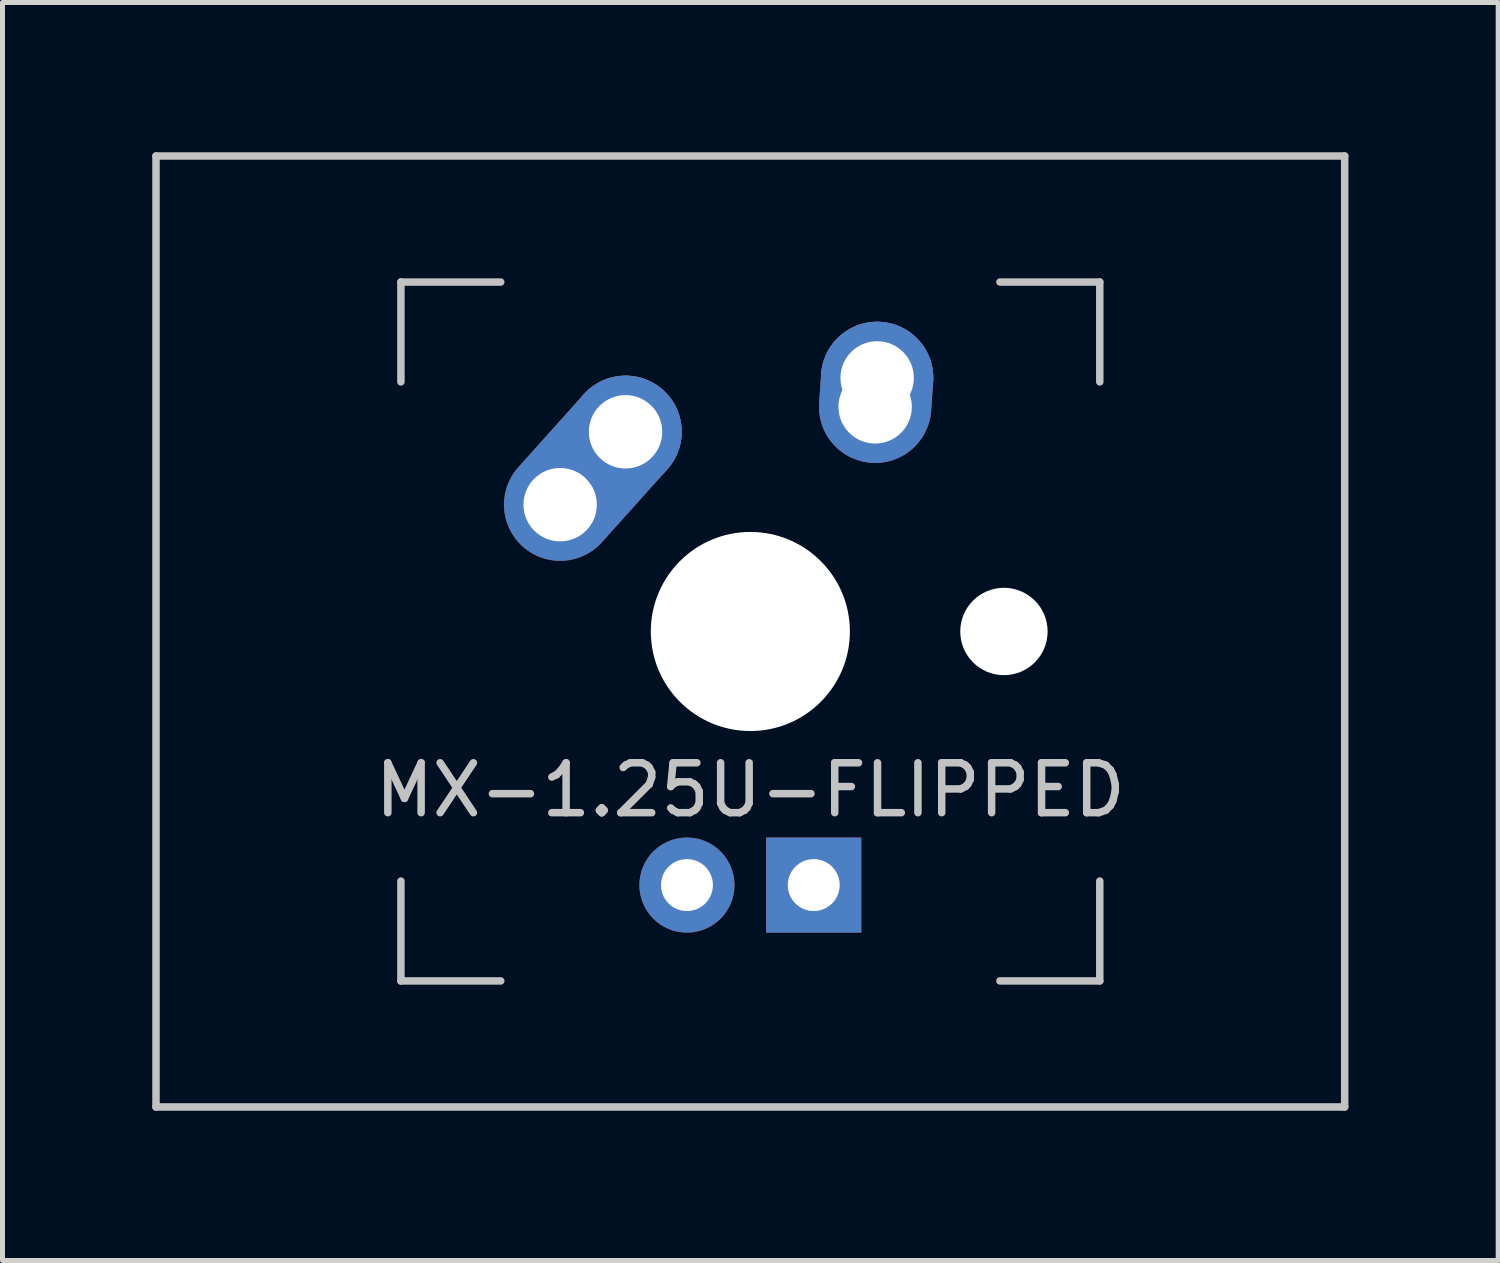
<source format=kicad_pcb>
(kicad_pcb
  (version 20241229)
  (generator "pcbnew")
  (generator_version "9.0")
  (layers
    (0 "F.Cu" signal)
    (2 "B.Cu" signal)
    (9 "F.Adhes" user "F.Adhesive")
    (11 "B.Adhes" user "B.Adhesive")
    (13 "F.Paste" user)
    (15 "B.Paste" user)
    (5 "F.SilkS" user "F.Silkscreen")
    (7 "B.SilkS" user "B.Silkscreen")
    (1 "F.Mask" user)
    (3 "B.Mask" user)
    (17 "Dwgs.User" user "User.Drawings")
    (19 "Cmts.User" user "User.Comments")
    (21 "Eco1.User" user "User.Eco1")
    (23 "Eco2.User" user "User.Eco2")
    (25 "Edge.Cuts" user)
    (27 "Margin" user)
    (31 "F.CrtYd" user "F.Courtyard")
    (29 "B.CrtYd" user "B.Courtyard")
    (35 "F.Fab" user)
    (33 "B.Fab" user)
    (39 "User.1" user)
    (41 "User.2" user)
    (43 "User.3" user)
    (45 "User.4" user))
  (footprint "MX-1.25U-FLIPPED"
    (layer "F.Cu")
    (at 11.981 9.6)
    (property "Reference" "MX-1.25U-FLIPPED" (at 0 3.175 0) (layer "Dwgs.User") (effects (font (size 1 1) (thickness 0.15))))
    (attr through_hole)
    (fp_line (start -11.906 -9.525) (end 11.906 -9.525) (stroke (width 0.15) (type solid)) (layer "Dwgs.User"))
    (fp_line (start -11.906 9.525) (end -11.906 -9.525) (stroke (width 0.15) (type solid)) (layer "Dwgs.User"))
    (fp_line (start -7 -7) (end -7 -5) (stroke (width 0.15) (type solid)) (layer "Dwgs.User"))
    (fp_line (start -7 5) (end -7 7) (stroke (width 0.15) (type solid)) (layer "Dwgs.User"))
    (fp_line (start -7 7) (end -5 7) (stroke (width 0.15) (type solid)) (layer "Dwgs.User"))
    (fp_line (start -5 -7) (end -7 -7) (stroke (width 0.15) (type solid)) (layer "Dwgs.User"))
    (fp_line (start 5 -7) (end 7 -7) (stroke (width 0.15) (type solid)) (layer "Dwgs.User"))
    (fp_line (start 5 7) (end 7 7) (stroke (width 0.15) (type solid)) (layer "Dwgs.User"))
    (fp_line (start 7 -7) (end 7 -5) (stroke (width 0.15) (type solid)) (layer "Dwgs.User"))
    (fp_line (start 7 7) (end 7 5) (stroke (width 0.15) (type solid)) (layer "Dwgs.User"))
    (fp_line (start 11.906 -9.525) (end 11.906 9.525) (stroke (width 0.15) (type solid)) (layer "Dwgs.User"))
    (fp_line (start 11.906 9.525) (end -11.906 9.525) (stroke (width 0.15) (type solid)) (layer "Dwgs.User"))
    (pad "" np_thru_hole circle (at 0 0) (size 3.988 3.988) (drill 3.988) (layers "*.Cu" "*.Mask"))
    (pad "" np_thru_hole circle (at 5.08 0 48.1) (size 1.75 1.75) (drill 1.75) (layers "*.Cu" "*.Mask"))
    (pad "1" thru_hole oval (at -3.81 -2.54 48.1) (size 4.212 2.25) (drill 1.47 (offset 0.981 0)) (layers "*.Cu" "B.Mask"))
    (pad "1" thru_hole circle (at -2.5 -4) (size 2.25 2.25) (drill 1.47) (layers "*.Cu" "B.Mask"))
    (pad "2" thru_hole oval (at 2.5 -4.5 86.055) (size 2.831 2.25) (drill 1.47 (offset 0.291 0)) (layers "*.Cu" "B.Mask"))
    (pad "2" thru_hole circle (at 2.54 -5.08) (size 2.25 2.25) (drill 1.47) (layers "*.Cu" "B.Mask"))
    (pad "3" thru_hole circle (at -1.27 5.08) (size 1.905 1.905) (drill 1.04) (layers "*.Cu" "B.Mask"))
    (pad "4" thru_hole rect (at 1.27 5.08) (size 1.905 1.905) (drill 1.04) (layers "*.Cu" "B.Mask")))
  (gr_rect
    (start -3 -3)
    (end 26.962 22.2)
    (stroke (width 0.1) (type default))
    (fill no)
    (layer "Edge.Cuts")))
</source>
